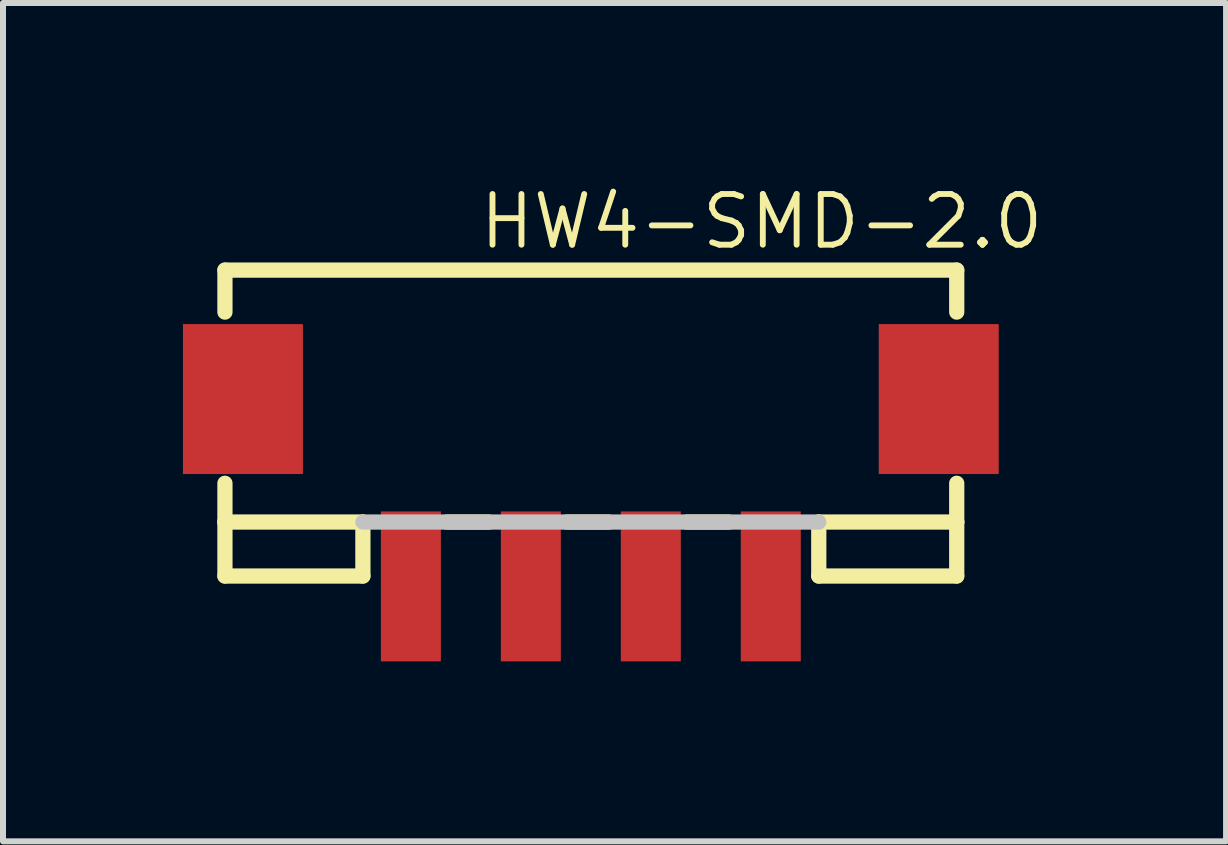
<source format=kicad_pcb>
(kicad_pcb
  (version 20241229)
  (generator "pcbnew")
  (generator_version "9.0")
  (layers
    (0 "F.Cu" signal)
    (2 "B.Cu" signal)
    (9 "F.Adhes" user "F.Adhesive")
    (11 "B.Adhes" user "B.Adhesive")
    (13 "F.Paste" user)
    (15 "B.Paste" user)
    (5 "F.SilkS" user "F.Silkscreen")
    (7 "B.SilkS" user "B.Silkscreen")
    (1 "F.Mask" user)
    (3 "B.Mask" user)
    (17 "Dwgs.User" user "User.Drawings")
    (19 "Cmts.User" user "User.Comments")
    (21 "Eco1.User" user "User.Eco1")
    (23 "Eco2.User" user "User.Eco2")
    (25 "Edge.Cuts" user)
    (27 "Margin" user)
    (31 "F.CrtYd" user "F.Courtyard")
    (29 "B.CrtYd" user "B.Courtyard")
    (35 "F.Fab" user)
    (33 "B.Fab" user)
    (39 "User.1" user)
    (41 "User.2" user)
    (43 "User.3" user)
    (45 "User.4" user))
  (footprint "HW4-SMD-2.0"
    (layer "F.Cu")
    (at 6.8 6.726)
    (property "Reference" "HW4-SMD-2.0" (at -1.905 -5.588 0) (layer "F.SilkS") (effects (font (size 0.845 0.845) (thickness 0.098)) (justify left bottom)))
    (attr through_hole)
    (fp_line (start -6.1 -5.273) (end -6.1 -4.573) (stroke (width 0.254) (type solid)) (layer "F.SilkS"))
    (fp_line (start -6.1 -5.273) (end 6.1 -5.273) (stroke (width 0.254) (type solid)) (layer "F.SilkS"))
    (fp_line (start -6.1 -1.073) (end -6.1 -1.719) (stroke (width 0.254) (type solid)) (layer "F.SilkS"))
    (fp_line (start -6.1 -1.073) (end -6.1 -0.173) (stroke (width 0.254) (type solid)) (layer "F.SilkS"))
    (fp_line (start -6.1 -1.073) (end -3.8 -1.073) (stroke (width 0.254) (type solid)) (layer "F.SilkS"))
    (fp_line (start -6.1 -0.173) (end -3.8 -0.173) (stroke (width 0.254) (type solid)) (layer "F.SilkS"))
    (fp_line (start -3.8 -0.173) (end -3.8 -1.073) (stroke (width 0.254) (type solid)) (layer "F.SilkS"))
    (fp_line (start -2.4 -1.073) (end -1.7 -1.073) (stroke (width 0.254) (type solid)) (layer "F.SilkS"))
    (fp_line (start -0.4 -1.073) (end 0.3 -1.073) (stroke (width 0.254) (type solid)) (layer "F.SilkS"))
    (fp_line (start 1.6 -1.073) (end 2.3 -1.073) (stroke (width 0.254) (type solid)) (layer "F.SilkS"))
    (fp_line (start 3.8 -1.073) (end 3.8 -0.173) (stroke (width 0.254) (type solid)) (layer "F.SilkS"))
    (fp_line (start 3.8 -1.073) (end 6.1 -1.073) (stroke (width 0.254) (type solid)) (layer "F.SilkS"))
    (fp_line (start 3.8 -0.173) (end 6.1 -0.173) (stroke (width 0.254) (type solid)) (layer "F.SilkS"))
    (fp_line (start 6.1 -5.273) (end 6.1 -4.573) (stroke (width 0.254) (type solid)) (layer "F.SilkS"))
    (fp_line (start 6.1 -1.073) (end 6.1 -1.719) (stroke (width 0.254) (type solid)) (layer "F.SilkS"))
    (fp_line (start 6.1 -0.173) (end 6.1 -1.073) (stroke (width 0.254) (type solid)) (layer "F.SilkS"))
    (fp_line (start -3.8 -1.073) (end 3.8 -1.073) (stroke (width 0.254) (type solid)) (layer "Dwgs.User"))
    (pad "1" smd rect (at -3 0 90) (size 2.5 1) (layers "F.Cu" "F.Mask" "F.Paste"))
    (pad "2" smd rect (at -1 0 90) (size 2.5 1) (layers "F.Cu" "F.Mask" "F.Paste"))
    (pad "3" smd rect (at 1 0 90) (size 2.5 1) (layers "F.Cu" "F.Mask" "F.Paste"))
    (pad "4" smd rect (at 3 0 90) (size 2.5 1) (layers "F.Cu" "F.Mask" "F.Paste"))
    (pad "SS1" smd rect (at -5.8 -3.123 90) (size 2.5 2) (layers "F.Cu" "F.Mask" "F.Paste"))
    (pad "SS2" smd rect (at 5.8 -3.123 90) (size 2.5 2) (layers "F.Cu" "F.Mask" "F.Paste")))
  (gr_rect
    (start -3 -3)
    (end 17.39 10.976)
    (stroke (width 0.1) (type default))
    (fill no)
    (layer "Edge.Cuts")))
</source>
